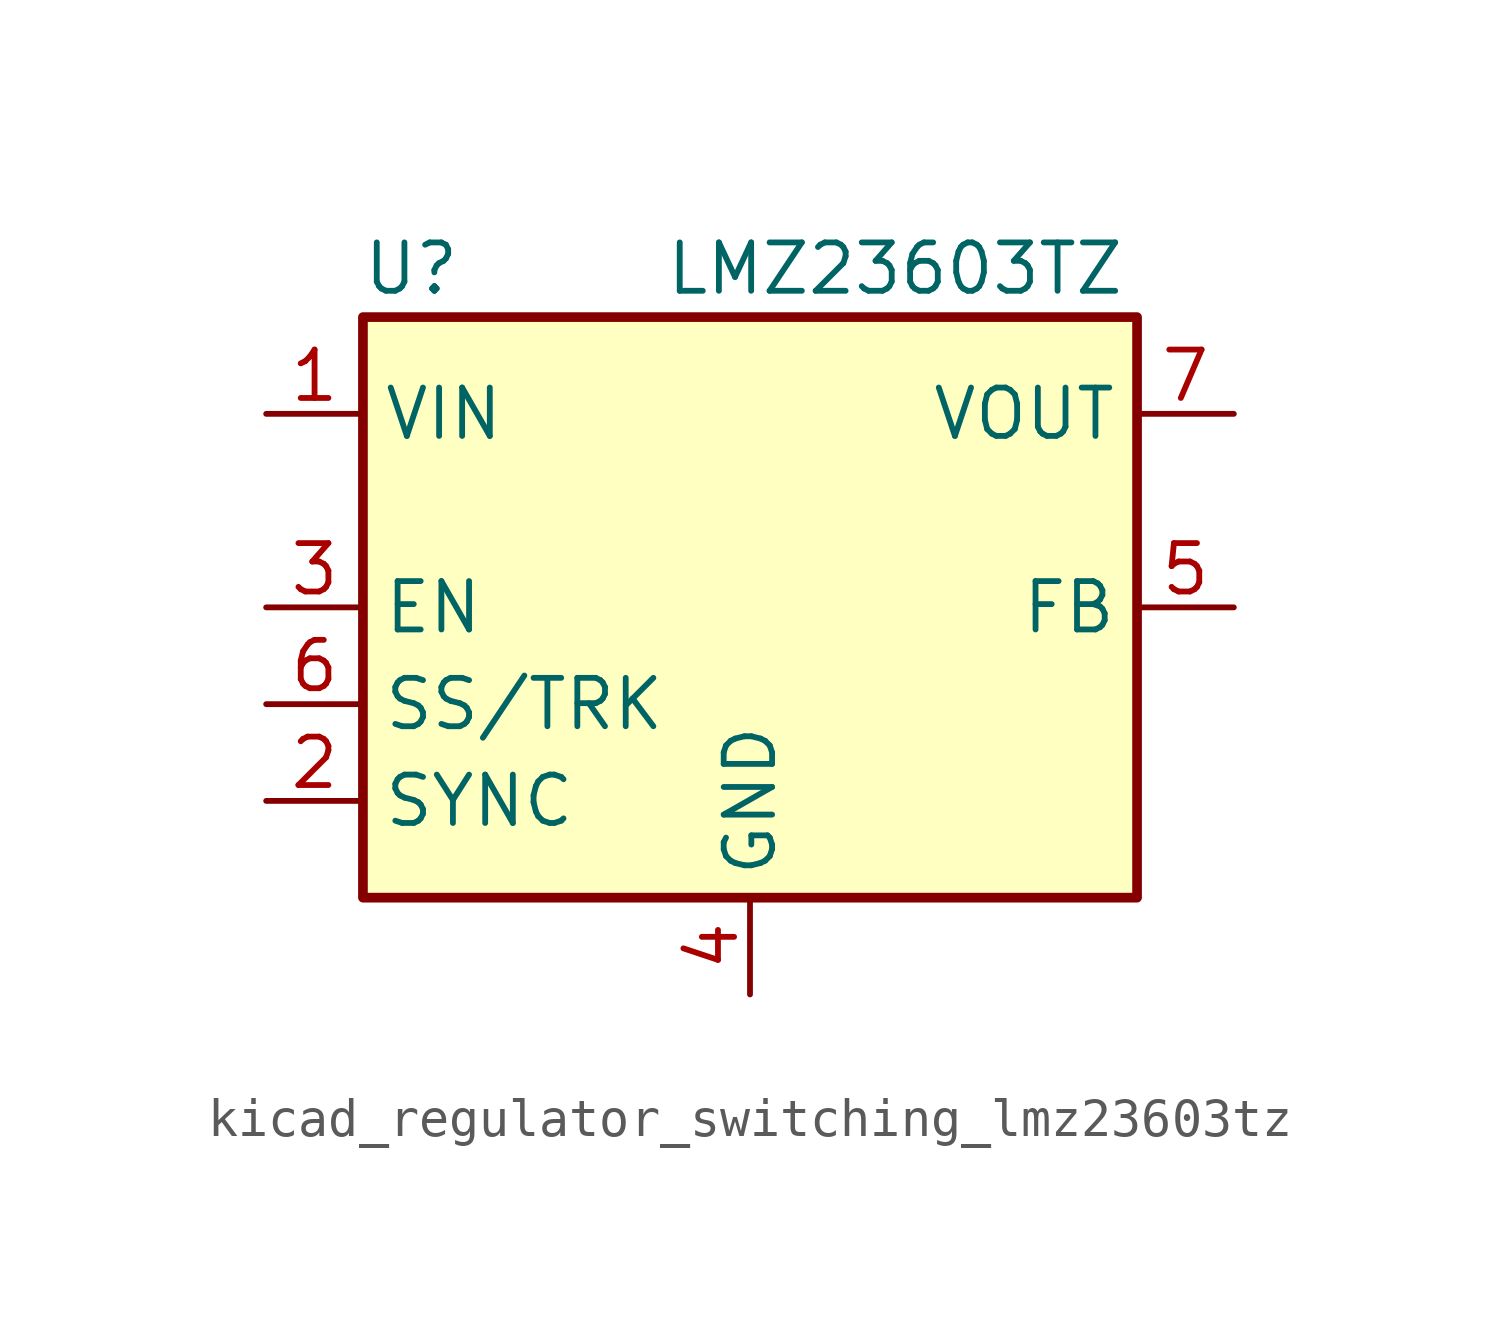
<source format=kicad_sym>
(kicad_symbol_lib
  (version 20220914)
  (generator kicad_symbol_editor)
  (symbol "kicad_regulator_switching_lmz23603tz"
    (property "Reference" "U"
      (at -8.89 8.89 0)
      (effects (font (size 1.27 1.27))))
    (property "Value" "LMZ23603TZ"
      (at 3.81 8.89 0)
      (effects (font (size 1.27 1.27))))
    (symbol "kicad_regulator_switching_lmz23603tz_0_1"
      (rectangle (start -10.16 7.62) (end 10.16 -7.62) (stroke (width 0.254) (type default)) (fill (type background))))
    (symbol "kicad_regulator_switching_lmz23603tz_1_1"
      (pin power_in line (at -12.7 5.08 0) (length 2.54) (name "VIN" (effects (font (size 1.27 1.27)))) (number "1" (effects (font (size 1.27 1.27)))))
      (pin input line (at -12.7 -5.08 0) (length 2.54) (name "SYNC" (effects (font (size 1.27 1.27)))) (number "2" (effects (font (size 1.27 1.27)))))
      (pin input line (at -12.7 0 0) (length 2.54) (name "EN" (effects (font (size 1.27 1.27)))) (number "3" (effects (font (size 1.27 1.27)))))
      (pin power_in line (at 0 -10.16 90) (length 2.54) (name "GND" (effects (font (size 1.27 1.27)))) (number "4" (effects (font (size 1.27 1.27)))))
      (pin input line (at 12.7 0 180) (length 2.54) (name "FB" (effects (font (size 1.27 1.27)))) (number "5" (effects (font (size 1.27 1.27)))))
      (pin passive line (at -12.7 -2.54 0) (length 2.54) (name "SS/TRK" (effects (font (size 1.27 1.27)))) (number "6" (effects (font (size 1.27 1.27)))))
      (pin power_out line (at 12.7 5.08 180) (length 2.54) (name "VOUT" (effects (font (size 1.27 1.27)))) (number "7" (effects (font (size 1.27 1.27))))))))
</source>
